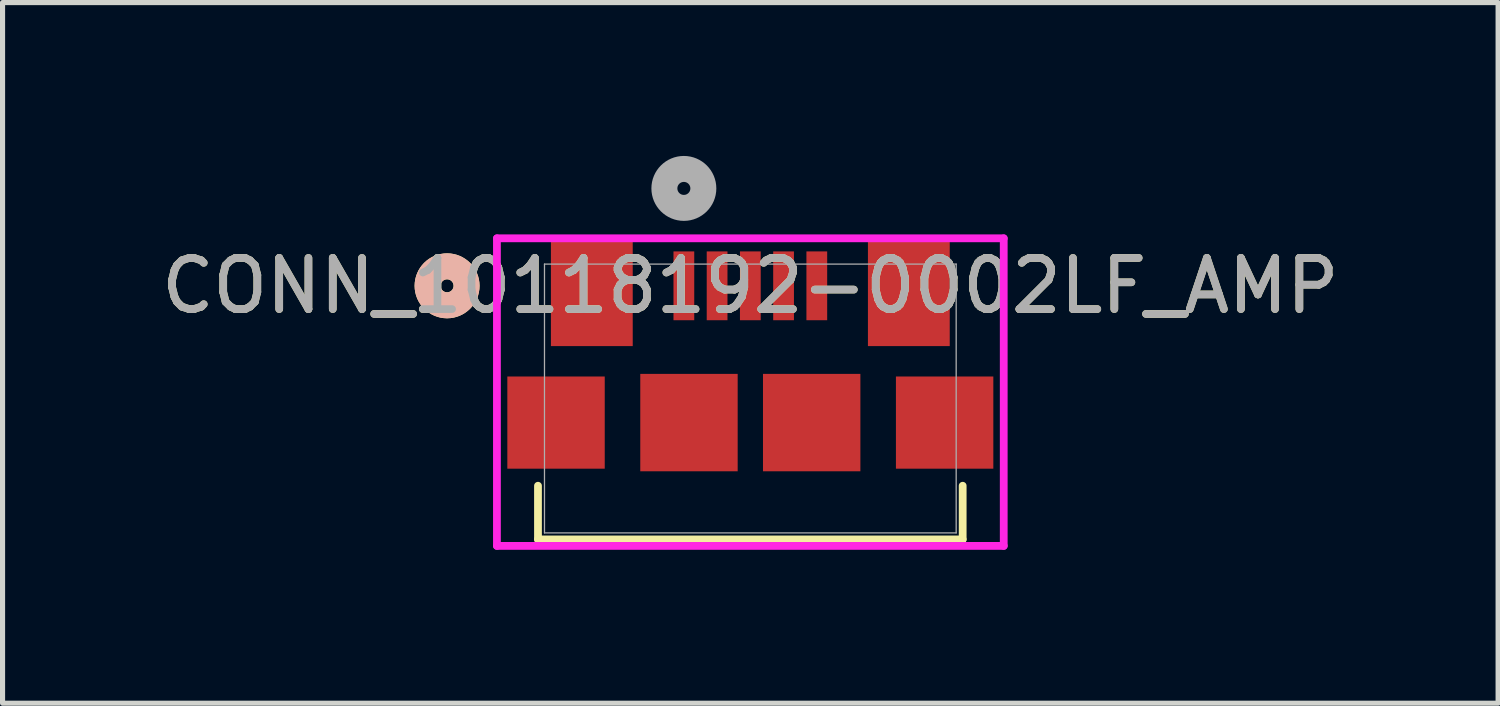
<source format=kicad_pcb>
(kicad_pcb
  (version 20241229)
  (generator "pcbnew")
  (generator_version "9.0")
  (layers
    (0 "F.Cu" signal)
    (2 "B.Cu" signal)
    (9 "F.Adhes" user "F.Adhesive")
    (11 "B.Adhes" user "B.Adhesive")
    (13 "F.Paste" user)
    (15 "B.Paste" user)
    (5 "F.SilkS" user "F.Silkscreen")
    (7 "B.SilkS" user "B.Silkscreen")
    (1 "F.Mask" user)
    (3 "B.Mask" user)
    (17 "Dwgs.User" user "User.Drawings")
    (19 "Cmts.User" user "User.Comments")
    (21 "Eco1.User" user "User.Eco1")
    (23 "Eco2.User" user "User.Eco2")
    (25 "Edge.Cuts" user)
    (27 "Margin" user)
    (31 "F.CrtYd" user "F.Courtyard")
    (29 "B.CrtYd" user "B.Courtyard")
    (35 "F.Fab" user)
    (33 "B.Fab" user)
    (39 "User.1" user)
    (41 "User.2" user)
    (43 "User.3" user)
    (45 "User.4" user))
  (footprint "CONN_10118192-0002LF_AMP"
    (layer "F.Cu")
    (at 11.625 4.744)
    (property "Reference" "CONN_10118192-0002LF_AMP" (at 0 -2.204 0) (unlocked yes) (layer "F.SilkS") (effects (font (size 1 1) (thickness 0.15))))
    (attr smd)
    (fp_line (start -4.153 1.706) (end -4.153 2.756) (stroke (width 0.152) (type solid)) (layer "F.SilkS"))
    (fp_line (start -4.153 2.756) (end 4.153 2.756) (stroke (width 0.152) (type solid)) (layer "F.SilkS"))
    (fp_line (start 4.153 2.756) (end 4.153 1.706) (stroke (width 0.152) (type solid)) (layer "F.SilkS"))
    (fp_circle (center -5.931 -2.204) (end -5.55 -2.204) (stroke (width 0.508) (type solid)) (fill no) (layer "F.SilkS"))
    (fp_circle (center -5.931 -2.204) (end -5.55 -2.204) (stroke (width 0.508) (type solid)) (fill no) (layer "B.SilkS"))
    (fp_line (start -4.956 -3.133) (end -4.956 2.883) (stroke (width 0.152) (type solid)) (layer "F.CrtYd"))
    (fp_line (start -4.956 2.883) (end 4.956 2.883) (stroke (width 0.152) (type solid)) (layer "F.CrtYd"))
    (fp_line (start 4.956 -3.133) (end -4.956 -3.133) (stroke (width 0.152) (type solid)) (layer "F.CrtYd"))
    (fp_line (start 4.956 2.883) (end 4.956 -3.133) (stroke (width 0.152) (type solid)) (layer "F.CrtYd"))
    (fp_line (start -4.026 -2.629) (end -4.026 2.629) (stroke (width 0.025) (type solid)) (layer "F.Fab"))
    (fp_line (start -4.026 2.629) (end 4.026 2.629) (stroke (width 0.025) (type solid)) (layer "F.Fab"))
    (fp_line (start 4.026 -2.629) (end -4.026 -2.629) (stroke (width 0.025) (type solid)) (layer "F.Fab"))
    (fp_line (start 4.026 2.629) (end 4.026 -2.629) (stroke (width 0.025) (type solid)) (layer "F.Fab"))
    (fp_circle (center -1.3 -4.109) (end -0.919 -4.109) (stroke (width 0.508) (type solid)) (fill no) (layer "F.Fab"))
    (fp_text user "${REFERENCE}" (at 0 -2.204 0) (unlocked yes) (layer "F.Fab") (effects (font (size 1 1) (thickness 0.15))))
    (pad "1" smd rect (at -1.3 -2.204) (size 0.406 1.346) (layers "F.Cu" "F.Mask" "F.Paste"))
    (pad "2" smd rect (at -0.65 -2.204) (size 0.406 1.346) (layers "F.Cu" "F.Mask" "F.Paste"))
    (pad "3" smd rect (at 0 -2.204) (size 0.406 1.346) (layers "F.Cu" "F.Mask" "F.Paste"))
    (pad "4" smd rect (at 0.65 -2.204) (size 0.406 1.346) (layers "F.Cu" "F.Mask" "F.Paste"))
    (pad "5" smd rect (at 1.3 -2.204) (size 0.406 1.346) (layers "F.Cu" "F.Mask" "F.Paste"))
    (pad "S1" smd rect (at -3.1 -2.079 90) (size 2.108 1.6) (layers "F.Cu" "F.Mask" "F.Paste"))
    (pad "S2" smd rect (at -3.8 0.471 90) (size 1.803 1.905) (layers "F.Cu" "F.Mask" "F.Paste"))
    (pad "S3" smd rect (at -1.2 0.471 90) (size 1.905 1.905) (layers "F.Cu" "F.Mask" "F.Paste"))
    (pad "S4" smd rect (at 1.2 0.471 90) (size 1.905 1.905) (layers "F.Cu" "F.Mask" "F.Paste"))
    (pad "S5" smd rect (at 3.8 0.471 90) (size 1.803 1.905) (layers "F.Cu" "F.Mask" "F.Paste"))
    (pad "S6" smd rect (at 3.1 -2.079 90) (size 2.108 1.6) (layers "F.Cu" "F.Mask" "F.Paste")))
  (gr_rect
    (start -3 -3)
    (end 26.25 10.703)
    (stroke (width 0.1) (type default))
    (fill no)
    (layer "Edge.Cuts")))
</source>
